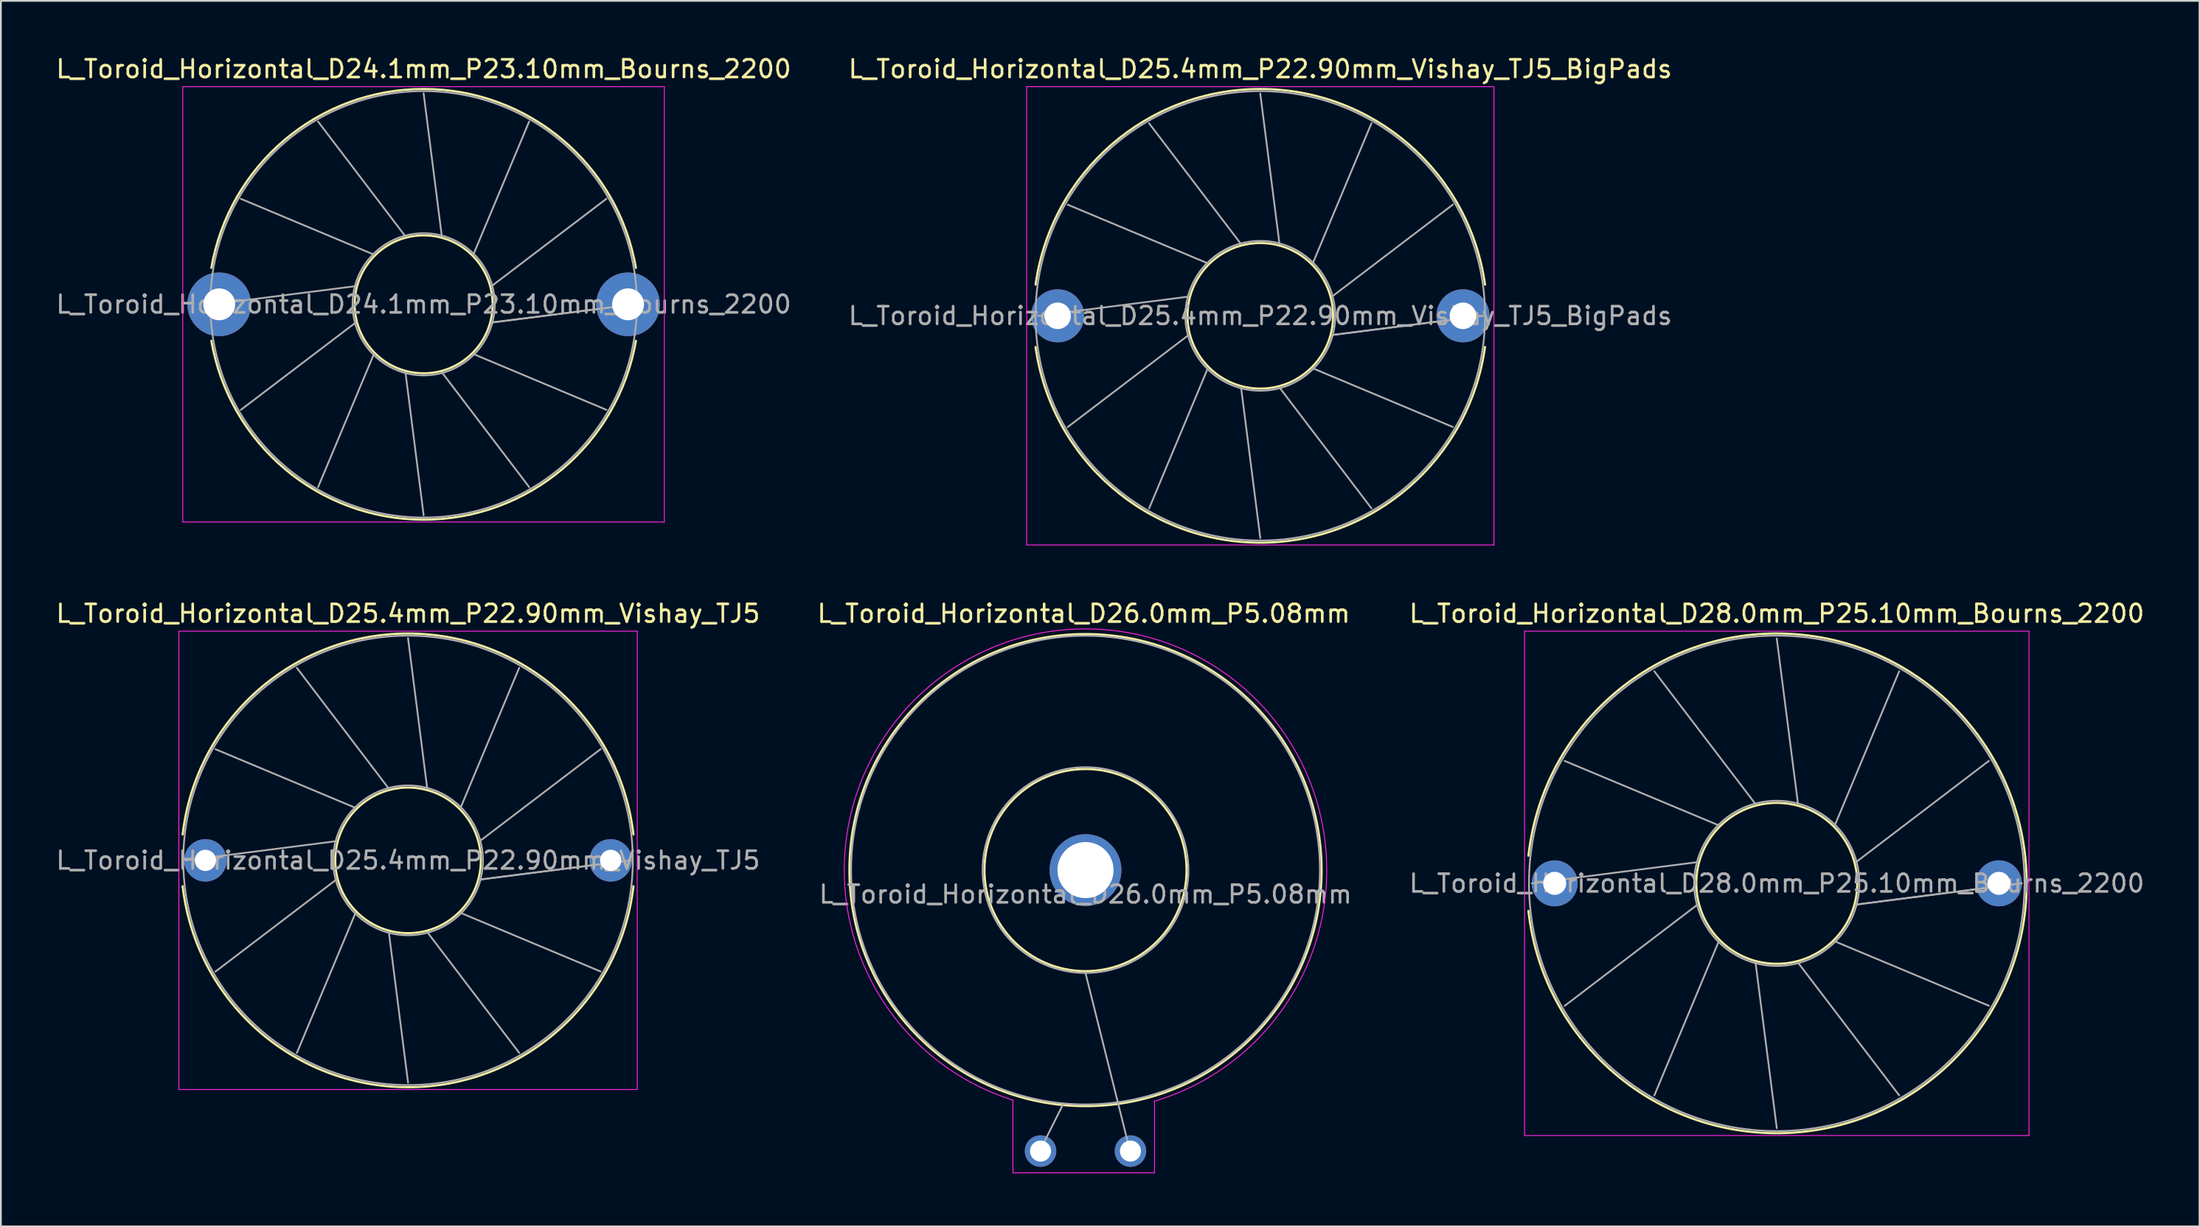
<source format=kicad_pcb>
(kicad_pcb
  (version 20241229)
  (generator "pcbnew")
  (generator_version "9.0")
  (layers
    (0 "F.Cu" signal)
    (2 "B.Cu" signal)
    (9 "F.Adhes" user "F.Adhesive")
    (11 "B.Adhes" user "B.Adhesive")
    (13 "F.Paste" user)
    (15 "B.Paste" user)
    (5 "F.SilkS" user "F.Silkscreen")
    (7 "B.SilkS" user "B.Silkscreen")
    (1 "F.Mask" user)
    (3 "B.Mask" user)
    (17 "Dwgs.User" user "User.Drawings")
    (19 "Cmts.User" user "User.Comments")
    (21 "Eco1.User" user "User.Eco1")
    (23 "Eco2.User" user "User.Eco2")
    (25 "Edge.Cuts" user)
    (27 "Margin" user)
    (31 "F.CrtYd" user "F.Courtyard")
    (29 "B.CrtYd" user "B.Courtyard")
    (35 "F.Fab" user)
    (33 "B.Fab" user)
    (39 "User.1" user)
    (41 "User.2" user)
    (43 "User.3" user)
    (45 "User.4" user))
  (footprint "L_Toroid_Horizontal_D24.1mm_P23.10mm_Bourns_2200"
    (layer "F.Cu")
    (at 9.337 14.148)
    (property "Reference" "L_Toroid_Horizontal_D24.1mm_P23.10mm_Bourns_2200" (at 11.55 -13.3 0) (layer "F.SilkS") (effects (font (size 1 1) (thickness 0.15))))
    (attr through_hole)
    (fp_arc (start -0.444386 -2.06) (mid 11.55 -12.17) (end 23.544386 -2.06) (stroke (width 0.12) (type solid)) (layer "F.SilkS"))
    (fp_arc (start 23.544386 2.06) (mid 11.55 12.17) (end -0.444386 2.06) (stroke (width 0.12) (type solid)) (layer "F.SilkS"))
    (fp_circle (center 11.55 0) (end 15.447 0) (stroke (width 0.12) (type solid)) (fill no) (layer "F.SilkS"))
    (fp_line (start -2.06 -12.3) (end -2.06 12.3) (stroke (width 0.05) (type solid)) (layer "F.CrtYd"))
    (fp_line (start -2.06 12.3) (end 25.15 12.3) (stroke (width 0.05) (type solid)) (layer "F.CrtYd"))
    (fp_line (start 25.15 -12.3) (end -2.06 -12.3) (stroke (width 0.05) (type solid)) (layer "F.CrtYd"))
    (fp_line (start 25.15 12.3) (end 25.15 -12.3) (stroke (width 0.05) (type solid)) (layer "F.CrtYd"))
    (fp_line (start -0.377 0.001) (end 7.711 -1.028) (stroke (width 0.1) (type solid)) (layer "F.Fab"))
    (fp_line (start 1.221 -5.962) (end 8.739 -2.81) (stroke (width 0.1) (type solid)) (layer "F.Fab"))
    (fp_line (start 1.222 5.964) (end 7.711 1.029) (stroke (width 0.1) (type solid)) (layer "F.Fab"))
    (fp_line (start 5.585 -10.328) (end 10.521 -3.839) (stroke (width 0.1) (type solid)) (layer "F.Fab"))
    (fp_line (start 5.587 10.329) (end 8.74 2.811) (stroke (width 0.1) (type solid)) (layer "F.Fab"))
    (fp_line (start 11.548 -11.927) (end 12.578 -3.839) (stroke (width 0.1) (type solid)) (layer "F.Fab"))
    (fp_line (start 11.551 11.927) (end 10.522 3.839) (stroke (width 0.1) (type solid)) (layer "F.Fab"))
    (fp_line (start 17.512 -10.33) (end 14.36 -2.811) (stroke (width 0.1) (type solid)) (layer "F.Fab"))
    (fp_line (start 17.514 10.329) (end 12.579 3.839) (stroke (width 0.1) (type solid)) (layer "F.Fab"))
    (fp_line (start 21.878 -5.965) (end 15.389 -1.029) (stroke (width 0.1) (type solid)) (layer "F.Fab"))
    (fp_line (start 21.879 5.963) (end 14.361 2.81) (stroke (width 0.1) (type solid)) (layer "F.Fab"))
    (fp_line (start 23.477 -0.002) (end 15.389 1.028) (stroke (width 0.1) (type solid)) (layer "F.Fab"))
    (fp_line (start 23.477 0) (end 15.389 1.029) (stroke (width 0.1) (type solid)) (layer "F.Fab"))
    (fp_circle (center 11.55 0) (end 15.567 0) (stroke (width 0.1) (type solid)) (fill no) (layer "F.Fab"))
    (fp_circle (center 11.55 0) (end 23.6 0) (stroke (width 0.1) (type solid)) (fill no) (layer "F.Fab"))
    (fp_text user "${REFERENCE}" (at 11.55 0 0) (layer "F.Fab") (effects (font (size 1 1) (thickness 0.15))))
    (pad "1" thru_hole circle (at 0 0) (size 3.6 3.6) (drill 1.8) (layers "*.Cu" "*.Mask"))
    (pad "2" thru_hole circle (at 23.1 0) (size 3.6 3.6) (drill 1.8) (layers "*.Cu" "*.Mask")))
  (footprint "L_Toroid_Horizontal_D25.4mm_P22.90mm_Vishay_TJ5_BigPads"
    (layer "F.Cu")
    (at 56.711 14.798)
    (property "Reference" "L_Toroid_Horizontal_D25.4mm_P22.90mm_Vishay_TJ5_BigPads" (at 11.45 -13.95 0) (layer "F.SilkS") (effects (font (size 1 1) (thickness 0.15))))
    (attr through_hole)
    (fp_arc (start -1.248614 -1.76) (mid 11.45 -12.82) (end 24.148614 -1.76) (stroke (width 0.12) (type solid)) (layer "F.SilkS"))
    (fp_arc (start 24.148614 1.76) (mid 11.45 12.82) (end -1.248614 1.76) (stroke (width 0.12) (type solid)) (layer "F.SilkS"))
    (fp_circle (center 11.45 0) (end 15.563 0) (stroke (width 0.12) (type solid)) (fill no) (layer "F.SilkS"))
    (fp_line (start -1.75 -12.95) (end -1.75 12.95) (stroke (width 0.05) (type solid)) (layer "F.CrtYd"))
    (fp_line (start -1.75 12.95) (end 24.65 12.95) (stroke (width 0.05) (type solid)) (layer "F.CrtYd"))
    (fp_line (start 24.65 -12.95) (end -1.75 -12.95) (stroke (width 0.05) (type solid)) (layer "F.CrtYd"))
    (fp_line (start 24.65 12.95) (end 24.65 -12.95) (stroke (width 0.05) (type solid)) (layer "F.CrtYd"))
    (fp_line (start -1.114 0.001) (end 7.397 -1.085) (stroke (width 0.1) (type solid)) (layer "F.Fab"))
    (fp_line (start 0.569 -6.281) (end 8.483 -2.966) (stroke (width 0.1) (type solid)) (layer "F.Fab"))
    (fp_line (start 0.57 6.283) (end 7.397 1.086) (stroke (width 0.1) (type solid)) (layer "F.Fab"))
    (fp_line (start 5.167 -10.88) (end 10.364 -4.052) (stroke (width 0.1) (type solid)) (layer "F.Fab"))
    (fp_line (start 5.169 10.881) (end 8.483 2.967) (stroke (width 0.1) (type solid)) (layer "F.Fab"))
    (fp_line (start 11.448 -12.564) (end 12.535 -4.053) (stroke (width 0.1) (type solid)) (layer "F.Fab"))
    (fp_line (start 11.451 12.564) (end 10.364 4.053) (stroke (width 0.1) (type solid)) (layer "F.Fab"))
    (fp_line (start 17.73 -10.881) (end 14.416 -2.967) (stroke (width 0.1) (type solid)) (layer "F.Fab"))
    (fp_line (start 17.732 10.88) (end 12.536 4.053) (stroke (width 0.1) (type solid)) (layer "F.Fab"))
    (fp_line (start 22.329 -6.284) (end 15.502 -1.087) (stroke (width 0.1) (type solid)) (layer "F.Fab"))
    (fp_line (start 22.33 6.282) (end 14.417 2.967) (stroke (width 0.1) (type solid)) (layer "F.Fab"))
    (fp_line (start 24.014 -0.002) (end 15.503 1.085) (stroke (width 0.1) (type solid)) (layer "F.Fab"))
    (fp_line (start 24.014 0) (end 15.503 1.086) (stroke (width 0.1) (type solid)) (layer "F.Fab"))
    (fp_circle (center 11.45 0) (end 15.683 0) (stroke (width 0.1) (type solid)) (fill no) (layer "F.Fab"))
    (fp_circle (center 11.45 0) (end 24.15 0) (stroke (width 0.1) (type solid)) (fill no) (layer "F.Fab"))
    (fp_text user "${REFERENCE}" (at 11.45 0 0) (layer "F.Fab") (effects (font (size 1 1) (thickness 0.15))))
    (pad "1" thru_hole circle (at 0 0) (size 3 3) (drill 1.5) (layers "*.Cu" "*.Mask"))
    (pad "2" thru_hole circle (at 22.9 0) (size 3 3) (drill 1.5) (layers "*.Cu" "*.Mask")))
  (footprint "L_Toroid_Horizontal_D25.4mm_P22.90mm_Vishay_TJ5"
    (layer "F.Cu")
    (at 8.556 45.572)
    (property "Reference" "L_Toroid_Horizontal_D25.4mm_P22.90mm_Vishay_TJ5" (at 11.45 -13.95 0) (layer "F.SilkS") (effects (font (size 1 1) (thickness 0.15))))
    (attr through_hole)
    (fp_arc (start -1.286593 -1.46) (mid 11.45 -12.82) (end 24.186593 -1.46) (stroke (width 0.12) (type solid)) (layer "F.SilkS"))
    (fp_arc (start 24.186593 1.46) (mid 11.45 12.82) (end -1.286593 1.46) (stroke (width 0.12) (type solid)) (layer "F.SilkS"))
    (fp_circle (center 11.45 0) (end 15.563 0) (stroke (width 0.12) (type solid)) (fill no) (layer "F.SilkS"))
    (fp_line (start -1.5 -12.95) (end -1.5 12.95) (stroke (width 0.05) (type solid)) (layer "F.CrtYd"))
    (fp_line (start -1.5 12.95) (end 24.4 12.95) (stroke (width 0.05) (type solid)) (layer "F.CrtYd"))
    (fp_line (start 24.4 -12.95) (end -1.5 -12.95) (stroke (width 0.05) (type solid)) (layer "F.CrtYd"))
    (fp_line (start 24.4 12.95) (end 24.4 -12.95) (stroke (width 0.05) (type solid)) (layer "F.CrtYd"))
    (fp_line (start -1.114 0.001) (end 7.397 -1.085) (stroke (width 0.1) (type solid)) (layer "F.Fab"))
    (fp_line (start 0.569 -6.281) (end 8.483 -2.966) (stroke (width 0.1) (type solid)) (layer "F.Fab"))
    (fp_line (start 0.57 6.283) (end 7.397 1.086) (stroke (width 0.1) (type solid)) (layer "F.Fab"))
    (fp_line (start 5.167 -10.88) (end 10.364 -4.052) (stroke (width 0.1) (type solid)) (layer "F.Fab"))
    (fp_line (start 5.169 10.881) (end 8.483 2.967) (stroke (width 0.1) (type solid)) (layer "F.Fab"))
    (fp_line (start 11.448 -12.564) (end 12.535 -4.053) (stroke (width 0.1) (type solid)) (layer "F.Fab"))
    (fp_line (start 11.451 12.564) (end 10.364 4.053) (stroke (width 0.1) (type solid)) (layer "F.Fab"))
    (fp_line (start 17.73 -10.881) (end 14.416 -2.967) (stroke (width 0.1) (type solid)) (layer "F.Fab"))
    (fp_line (start 17.732 10.88) (end 12.536 4.053) (stroke (width 0.1) (type solid)) (layer "F.Fab"))
    (fp_line (start 22.329 -6.284) (end 15.502 -1.087) (stroke (width 0.1) (type solid)) (layer "F.Fab"))
    (fp_line (start 22.33 6.282) (end 14.417 2.967) (stroke (width 0.1) (type solid)) (layer "F.Fab"))
    (fp_line (start 24.014 -0.002) (end 15.503 1.085) (stroke (width 0.1) (type solid)) (layer "F.Fab"))
    (fp_line (start 24.014 0) (end 15.503 1.086) (stroke (width 0.1) (type solid)) (layer "F.Fab"))
    (fp_circle (center 11.45 0) (end 15.683 0) (stroke (width 0.1) (type solid)) (fill no) (layer "F.Fab"))
    (fp_circle (center 11.45 0) (end 24.15 0) (stroke (width 0.1) (type solid)) (fill no) (layer "F.Fab"))
    (fp_text user "${REFERENCE}" (at 11.45 0 0) (layer "F.Fab") (effects (font (size 1 1) (thickness 0.15))))
    (pad "1" thru_hole circle (at 0 0) (size 2.4 2.4) (drill 1.2) (layers "*.Cu" "*.Mask"))
    (pad "2" thru_hole circle (at 22.9 0) (size 2.4 2.4) (drill 1.2) (layers "*.Cu" "*.Mask")))
  (footprint "L_Toroid_Horizontal_D26.0mm_P5.08mm"
    (layer "F.Cu")
    (at 55.745 62.002)
    (property "Reference" "L_Toroid_Horizontal_D26.0mm_P5.08mm" (at 2.44 -30.38 0) (layer "F.SilkS") (effects (font (size 1 1) (thickness 0.15))))
    (attr through_hole)
    (fp_circle (center 2.54 -15.88) (end -10.8 -15.88) (stroke (width 0.12) (type solid)) (fill no) (layer "F.SilkS"))
    (fp_circle (center 2.54 -15.88) (end 8.25 -15.88) (stroke (width 0.12) (type solid)) (fill no) (layer "F.SilkS"))
    (fp_line (start -1.56 -2.88) (end -1.56 1.23) (stroke (width 0.05) (type solid)) (layer "F.CrtYd"))
    (fp_line (start -1.56 1.23) (end 6.44 1.23) (stroke (width 0.05) (type solid)) (layer "F.CrtYd"))
    (fp_line (start 6.44 1.23) (end 6.44 -2.78) (stroke (width 0.05) (type solid)) (layer "F.CrtYd"))
    (fp_arc (start -1.56 -2.88) (mid 2.660017 -29.510686) (end 6.410454 -2.809821) (stroke (width 0.05) (type solid)) (layer "F.CrtYd"))
    (fp_line (start 0 -0.1) (end 1.27 -2.64) (stroke (width 0.1) (type solid)) (layer "F.Fab"))
    (fp_line (start 5.08 0.1) (end 2.54 -10.06) (stroke (width 0.1) (type solid)) (layer "F.Fab"))
    (fp_circle (center 2.54 -15.88) (end 1.44 -2.68) (stroke (width 0.1) (type solid)) (fill no) (layer "F.Fab"))
    (fp_circle (center 2.54 -15.88) (end 2.34 -10.07) (stroke (width 0.1) (type solid)) (fill no) (layer "F.Fab"))
    (fp_text user "${REFERENCE}" (at 2.54 -14.513 0) (layer "F.Fab") (effects (font (size 1 1) (thickness 0.15))))
    (pad "" thru_hole circle (at 2.54 -15.88) (size 4.06 4.06) (drill 3.17) (layers "*.Cu" "*.Mask"))
    (pad "1" thru_hole circle (at 0 0) (size 1.78 1.78) (drill 1.19) (layers "*.Cu" "*.Mask"))
    (pad "2" thru_hole circle (at 5.08 0) (size 1.78 1.78) (drill 1.19) (layers "*.Cu" "*.Mask")))
  (footprint "L_Toroid_Horizontal_D28.0mm_P25.10mm_Bourns_2200"
    (layer "F.Cu")
    (at 84.794 46.871)
    (property "Reference" "L_Toroid_Horizontal_D28.0mm_P25.10mm_Bourns_2200" (at 12.55 -15.25 0) (layer "F.SilkS") (effects (font (size 1 1) (thickness 0.15))))
    (attr through_hole)
    (fp_arc (start -1.48356 -1.56) (mid 26.67 0) (end -1.48356 1.56) (stroke (width 0.12) (type solid)) (layer "F.SilkS"))
    (fp_circle (center 12.55 0) (end 17.097 0) (stroke (width 0.12) (type solid)) (fill no) (layer "F.SilkS"))
    (fp_line (start -1.7 -14.25) (end -1.7 14.25) (stroke (width 0.05) (type solid)) (layer "F.CrtYd"))
    (fp_line (start -1.7 14.25) (end 26.8 14.25) (stroke (width 0.05) (type solid)) (layer "F.CrtYd"))
    (fp_line (start 26.8 -14.25) (end -1.7 -14.25) (stroke (width 0.05) (type solid)) (layer "F.CrtYd"))
    (fp_line (start 26.8 14.25) (end 26.8 -14.25) (stroke (width 0.05) (type solid)) (layer "F.CrtYd"))
    (fp_line (start -1.288 0.001) (end 8.07 -1.2) (stroke (width 0.1) (type solid)) (layer "F.Fab"))
    (fp_line (start 0.566 -6.918) (end 9.27 -3.279) (stroke (width 0.1) (type solid)) (layer "F.Fab"))
    (fp_line (start 0.567 6.92) (end 8.071 1.201) (stroke (width 0.1) (type solid)) (layer "F.Fab"))
    (fp_line (start 5.63 -11.983) (end 11.349 -4.479) (stroke (width 0.1) (type solid)) (layer "F.Fab"))
    (fp_line (start 5.632 11.984) (end 9.271 3.28) (stroke (width 0.1) (type solid)) (layer "F.Fab"))
    (fp_line (start 12.548 -13.838) (end 13.75 -4.48) (stroke (width 0.1) (type solid)) (layer "F.Fab"))
    (fp_line (start 12.551 13.838) (end 11.35 4.48) (stroke (width 0.1) (type solid)) (layer "F.Fab"))
    (fp_line (start 19.467 -11.985) (end 15.829 -3.28) (stroke (width 0.1) (type solid)) (layer "F.Fab"))
    (fp_line (start 19.469 11.983) (end 13.75 4.48) (stroke (width 0.1) (type solid)) (layer "F.Fab"))
    (fp_line (start 24.533 -6.921) (end 17.029 -1.201) (stroke (width 0.1) (type solid)) (layer "F.Fab"))
    (fp_line (start 24.534 6.919) (end 15.829 3.279) (stroke (width 0.1) (type solid)) (layer "F.Fab"))
    (fp_line (start 26.388 -0.003) (end 17.03 1.199) (stroke (width 0.1) (type solid)) (layer "F.Fab"))
    (fp_line (start 26.388 0) (end 17.03 1.2) (stroke (width 0.1) (type solid)) (layer "F.Fab"))
    (fp_circle (center 12.55 0) (end 17.217 0) (stroke (width 0.1) (type solid)) (fill no) (layer "F.Fab"))
    (fp_circle (center 12.55 0) (end 26.55 0) (stroke (width 0.1) (type solid)) (fill no) (layer "F.Fab"))
    (fp_text user "${REFERENCE}" (at 12.55 0 0) (layer "F.Fab") (effects (font (size 1 1) (thickness 0.15))))
    (pad "1" thru_hole circle (at 0 0) (size 2.6 2.6) (drill 1.3) (layers "*.Cu" "*.Mask"))
    (pad "2" thru_hole circle (at 25.1 0) (size 2.6 2.6) (drill 1.3) (layers "*.Cu" "*.Mask")))
  (gr_rect
    (start -3 -3)
    (end 121.231 66.257)
    (stroke (width 0.1) (type default))
    (fill no)
    (layer "Edge.Cuts")))
</source>
